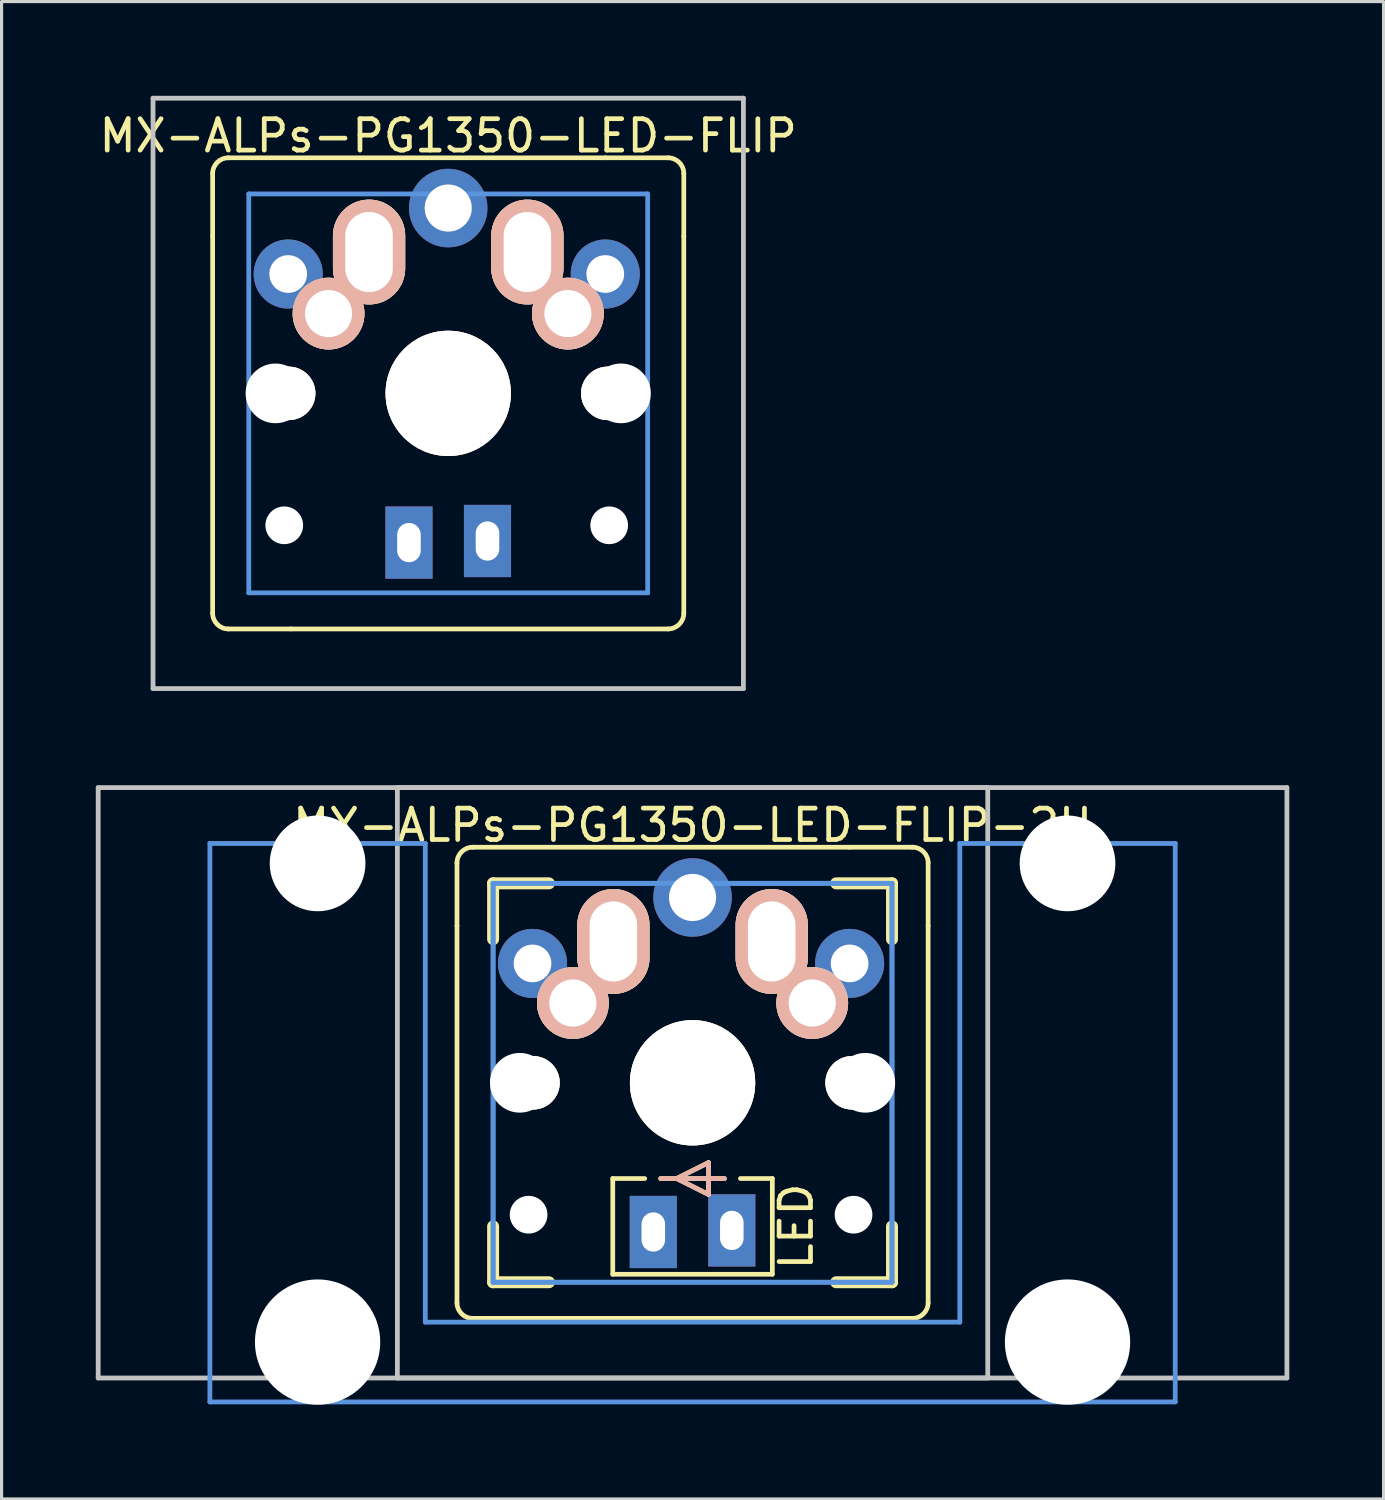
<source format=kicad_pcb>
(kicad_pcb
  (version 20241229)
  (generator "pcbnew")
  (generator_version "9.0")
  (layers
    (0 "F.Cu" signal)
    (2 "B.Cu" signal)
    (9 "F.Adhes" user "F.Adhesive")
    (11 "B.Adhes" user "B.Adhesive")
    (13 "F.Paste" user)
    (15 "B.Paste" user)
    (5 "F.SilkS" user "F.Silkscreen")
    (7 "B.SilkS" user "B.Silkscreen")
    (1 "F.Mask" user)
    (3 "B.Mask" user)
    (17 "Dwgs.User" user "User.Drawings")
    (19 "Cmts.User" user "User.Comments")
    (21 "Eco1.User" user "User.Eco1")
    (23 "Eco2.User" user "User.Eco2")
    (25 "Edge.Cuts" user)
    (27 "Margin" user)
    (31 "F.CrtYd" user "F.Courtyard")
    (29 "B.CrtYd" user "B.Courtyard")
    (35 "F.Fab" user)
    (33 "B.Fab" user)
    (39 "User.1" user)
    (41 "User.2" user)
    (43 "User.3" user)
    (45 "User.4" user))
  (footprint "MX-ALPs-PG1350-LED-FLIP-2U"
    (layer "F.Cu")
    (at 18.999 31.423)
    (property "Reference" "MX-ALPs-PG1350-LED-FLIP-2U" (at 0 -8.2 0) (layer "F.SilkS") (effects (font (size 1 1) (thickness 0.15))))
    (attr through_hole)
    (fp_line (start -7.5 -7) (end -7.5 -5) (stroke (width 0.15) (type solid)) (layer "F.SilkS"))
    (fp_line (start -7.5 7) (end -7.5 -5) (stroke (width 0.15) (type solid)) (layer "F.SilkS"))
    (fp_line (start -7 -7.5) (end 5 -7.5) (stroke (width 0.15) (type solid)) (layer "F.SilkS"))
    (fp_line (start -7 7.5) (end -5 7.5) (stroke (width 0.15) (type solid)) (layer "F.SilkS"))
    (fp_line (start -6.35 -6.35) (end -4.572 -6.35) (stroke (width 0.381) (type solid)) (layer "F.SilkS"))
    (fp_line (start -6.35 -4.572) (end -6.35 -6.35) (stroke (width 0.381) (type solid)) (layer "F.SilkS"))
    (fp_line (start -6.35 6.35) (end -6.35 4.572) (stroke (width 0.381) (type solid)) (layer "F.SilkS"))
    (fp_line (start -4.572 6.35) (end -6.35 6.35) (stroke (width 0.381) (type solid)) (layer "F.SilkS"))
    (fp_line (start -2.54 3.048) (end -2.54 6.096) (stroke (width 0.15) (type solid)) (layer "F.SilkS"))
    (fp_line (start -2.54 3.048) (end -1.524 3.048) (stroke (width 0.15) (type solid)) (layer "F.SilkS"))
    (fp_line (start -2.54 6.096) (end 2.54 6.096) (stroke (width 0.15) (type solid)) (layer "F.SilkS"))
    (fp_line (start -1.016 3.048) (end 1.016 3.048) (stroke (width 0.15) (type solid)) (layer "F.SilkS"))
    (fp_line (start -0.508 3.048) (end 0.508 2.54) (stroke (width 0.15) (type solid)) (layer "F.SilkS"))
    (fp_line (start 0.508 2.54) (end 0.508 3.556) (stroke (width 0.15) (type solid)) (layer "F.SilkS"))
    (fp_line (start 0.508 3.556) (end -0.508 3.048) (stroke (width 0.15) (type solid)) (layer "F.SilkS"))
    (fp_line (start 1.524 3.048) (end 2.54 3.048) (stroke (width 0.15) (type solid)) (layer "F.SilkS"))
    (fp_line (start 2.54 3.048) (end 2.54 6.096) (stroke (width 0.15) (type solid)) (layer "F.SilkS"))
    (fp_line (start 4.572 -6.35) (end 6.35 -6.35) (stroke (width 0.381) (type solid)) (layer "F.SilkS"))
    (fp_line (start 6.35 -6.35) (end 6.35 -4.572) (stroke (width 0.381) (type solid)) (layer "F.SilkS"))
    (fp_line (start 6.35 4.572) (end 6.35 6.35) (stroke (width 0.381) (type solid)) (layer "F.SilkS"))
    (fp_line (start 6.35 6.35) (end 4.572 6.35) (stroke (width 0.381) (type solid)) (layer "F.SilkS"))
    (fp_line (start 7 -7.5) (end 5 -7.5) (stroke (width 0.15) (type solid)) (layer "F.SilkS"))
    (fp_line (start 7 7.5) (end -5 7.5) (stroke (width 0.15) (type solid)) (layer "F.SilkS"))
    (fp_line (start 7.5 -7) (end 7.5 -5) (stroke (width 0.15) (type solid)) (layer "F.SilkS"))
    (fp_line (start 7.5 7) (end 7.5 -5) (stroke (width 0.15) (type solid)) (layer "F.SilkS"))
    (fp_arc (start -7.5 -7) (mid -7.353553 -7.353553) (end -7 -7.5) (stroke (width 0.15) (type solid)) (layer "F.SilkS"))
    (fp_arc (start -7 7.5) (mid -7.353553 7.353553) (end -7.5 7) (stroke (width 0.15) (type solid)) (layer "F.SilkS"))
    (fp_arc (start 7 -7.5) (mid 7.353553 -7.353553) (end 7.5 -7) (stroke (width 0.15) (type solid)) (layer "F.SilkS"))
    (fp_arc (start 7.5 7) (mid 7.353553 7.353553) (end 7 7.5) (stroke (width 0.15) (type solid)) (layer "F.SilkS"))
    (fp_line (start -1.016 3.048) (end 1.016 3.048) (stroke (width 0.15) (type solid)) (layer "B.SilkS"))
    (fp_line (start -0.508 3.048) (end 0.508 2.54) (stroke (width 0.15) (type solid)) (layer "B.SilkS"))
    (fp_line (start 0.508 2.54) (end 0.508 3.556) (stroke (width 0.15) (type solid)) (layer "B.SilkS"))
    (fp_line (start 0.508 3.556) (end -0.508 3.048) (stroke (width 0.15) (type solid)) (layer "B.SilkS"))
    (fp_line (start -18.923 -9.398) (end 18.923 -9.398) (stroke (width 0.152) (type solid)) (layer "Dwgs.User"))
    (fp_line (start -18.923 9.398) (end -18.923 -9.398) (stroke (width 0.152) (type solid)) (layer "Dwgs.User"))
    (fp_line (start -9.398 -9.398) (end 9.398 -9.398) (stroke (width 0.152) (type solid)) (layer "Dwgs.User"))
    (fp_line (start -9.398 9.398) (end -9.398 -9.398) (stroke (width 0.152) (type solid)) (layer "Dwgs.User"))
    (fp_line (start 9.398 -9.398) (end 9.398 9.398) (stroke (width 0.152) (type solid)) (layer "Dwgs.User"))
    (fp_line (start 9.398 9.398) (end -9.398 9.398) (stroke (width 0.152) (type solid)) (layer "Dwgs.User"))
    (fp_line (start 18.923 -9.398) (end 18.923 9.398) (stroke (width 0.152) (type solid)) (layer "Dwgs.User"))
    (fp_line (start 18.923 9.398) (end -18.923 9.398) (stroke (width 0.152) (type solid)) (layer "Dwgs.User"))
    (fp_line (start -15.367 -7.62) (end -15.367 10.16) (stroke (width 0.152) (type solid)) (layer "Cmts.User"))
    (fp_line (start -15.367 10.16) (end 15.367 10.16) (stroke (width 0.152) (type solid)) (layer "Cmts.User"))
    (fp_line (start -8.509 -7.62) (end -15.367 -7.62) (stroke (width 0.152) (type solid)) (layer "Cmts.User"))
    (fp_line (start -8.509 7.62) (end -8.509 -7.62) (stroke (width 0.152) (type solid)) (layer "Cmts.User"))
    (fp_line (start -6.35 -6.35) (end 6.35 -6.35) (stroke (width 0.152) (type solid)) (layer "Cmts.User"))
    (fp_line (start -6.35 -6.35) (end 6.35 -6.35) (stroke (width 0.152) (type solid)) (layer "Cmts.User"))
    (fp_line (start -6.35 6.35) (end -6.35 -6.35) (stroke (width 0.152) (type solid)) (layer "Cmts.User"))
    (fp_line (start -6.35 6.35) (end -6.35 -6.35) (stroke (width 0.152) (type solid)) (layer "Cmts.User"))
    (fp_line (start 6.35 -6.35) (end 6.35 6.35) (stroke (width 0.152) (type solid)) (layer "Cmts.User"))
    (fp_line (start 6.35 -6.35) (end 6.35 6.35) (stroke (width 0.152) (type solid)) (layer "Cmts.User"))
    (fp_line (start 6.35 6.35) (end -6.35 6.35) (stroke (width 0.152) (type solid)) (layer "Cmts.User"))
    (fp_line (start 6.35 6.35) (end -6.35 6.35) (stroke (width 0.152) (type solid)) (layer "Cmts.User"))
    (fp_line (start 8.509 -7.62) (end 8.509 7.62) (stroke (width 0.152) (type solid)) (layer "Cmts.User"))
    (fp_line (start 8.509 7.62) (end -8.509 7.62) (stroke (width 0.152) (type solid)) (layer "Cmts.User"))
    (fp_line (start 15.367 -7.62) (end 8.509 -7.62) (stroke (width 0.152) (type solid)) (layer "Cmts.User"))
    (fp_line (start 15.367 10.16) (end 15.367 -7.62) (stroke (width 0.152) (type solid)) (layer "Cmts.User"))
    (fp_line (start -16.129 -2.286) (end -15.265 -2.286) (stroke (width 0.152) (type solid)) (layer "Eco2.User"))
    (fp_line (start -16.129 0.508) (end -16.129 -2.286) (stroke (width 0.152) (type solid)) (layer "Eco2.User"))
    (fp_line (start -15.265 -5.69) (end -8.611 -5.69) (stroke (width 0.152) (type solid)) (layer "Eco2.User"))
    (fp_line (start -15.265 -2.286) (end -15.265 -5.69) (stroke (width 0.152) (type solid)) (layer "Eco2.User"))
    (fp_line (start -15.265 0.508) (end -16.129 0.508) (stroke (width 0.152) (type solid)) (layer "Eco2.User"))
    (fp_line (start -15.265 6.604) (end -15.265 0.508) (stroke (width 0.152) (type solid)) (layer "Eco2.User"))
    (fp_line (start -14.224 6.604) (end -15.265 6.604) (stroke (width 0.152) (type solid)) (layer "Eco2.User"))
    (fp_line (start -14.224 7.772) (end -14.224 6.604) (stroke (width 0.152) (type solid)) (layer "Eco2.User"))
    (fp_line (start -9.652 6.604) (end -9.652 7.772) (stroke (width 0.152) (type solid)) (layer "Eco2.User"))
    (fp_line (start -9.652 7.772) (end -14.224 7.772) (stroke (width 0.152) (type solid)) (layer "Eco2.User"))
    (fp_line (start -8.611 -5.69) (end -8.611 -4.877) (stroke (width 0.152) (type solid)) (layer "Eco2.User"))
    (fp_line (start -8.611 -4.877) (end -6.985 -4.877) (stroke (width 0.152) (type solid)) (layer "Eco2.User"))
    (fp_line (start -8.611 5.817) (end -8.611 6.604) (stroke (width 0.152) (type solid)) (layer "Eco2.User"))
    (fp_line (start -8.611 6.604) (end -9.652 6.604) (stroke (width 0.152) (type solid)) (layer "Eco2.User"))
    (fp_line (start -7.798 -6.005) (end -6.985 -6.005) (stroke (width 0.152) (type solid)) (layer "Eco2.User"))
    (fp_line (start -7.798 -2.504) (end -7.798 -6.005) (stroke (width 0.152) (type solid)) (layer "Eco2.User"))
    (fp_line (start -7.798 2.504) (end -6.985 2.504) (stroke (width 0.152) (type solid)) (layer "Eco2.User"))
    (fp_line (start -7.798 6.005) (end -7.798 2.504) (stroke (width 0.152) (type solid)) (layer "Eco2.User"))
    (fp_line (start -6.985 -6.985) (end 6.985 -6.985) (stroke (width 0.152) (type solid)) (layer "Eco2.User"))
    (fp_line (start -6.985 -6.985) (end 6.985 -6.985) (stroke (width 0.152) (type solid)) (layer "Eco2.User"))
    (fp_line (start -6.985 -6.005) (end -6.985 -6.985) (stroke (width 0.152) (type solid)) (layer "Eco2.User"))
    (fp_line (start -6.985 -4.877) (end -6.985 -6.985) (stroke (width 0.152) (type solid)) (layer "Eco2.User"))
    (fp_line (start -6.985 -2.504) (end -7.798 -2.504) (stroke (width 0.152) (type solid)) (layer "Eco2.User"))
    (fp_line (start -6.985 2.504) (end -6.985 -2.504) (stroke (width 0.152) (type solid)) (layer "Eco2.User"))
    (fp_line (start -6.985 5.817) (end -8.611 5.817) (stroke (width 0.152) (type solid)) (layer "Eco2.User"))
    (fp_line (start -6.985 6.005) (end -7.798 6.005) (stroke (width 0.152) (type solid)) (layer "Eco2.User"))
    (fp_line (start -6.985 6.985) (end -6.985 5.817) (stroke (width 0.152) (type solid)) (layer "Eco2.User"))
    (fp_line (start -6.985 6.985) (end -6.985 6.005) (stroke (width 0.152) (type solid)) (layer "Eco2.User"))
    (fp_line (start 6.985 -6.985) (end 6.985 -6.005) (stroke (width 0.152) (type solid)) (layer "Eco2.User"))
    (fp_line (start 6.985 -6.985) (end 6.985 -4.877) (stroke (width 0.152) (type solid)) (layer "Eco2.User"))
    (fp_line (start 6.985 -6.005) (end 7.798 -6.005) (stroke (width 0.152) (type solid)) (layer "Eco2.User"))
    (fp_line (start 6.985 -4.877) (end 8.611 -4.877) (stroke (width 0.152) (type solid)) (layer "Eco2.User"))
    (fp_line (start 6.985 -2.504) (end 6.985 2.504) (stroke (width 0.152) (type solid)) (layer "Eco2.User"))
    (fp_line (start 6.985 2.504) (end 7.798 2.504) (stroke (width 0.152) (type solid)) (layer "Eco2.User"))
    (fp_line (start 6.985 5.817) (end 6.985 6.985) (stroke (width 0.152) (type solid)) (layer "Eco2.User"))
    (fp_line (start 6.985 6.005) (end 6.985 6.985) (stroke (width 0.152) (type solid)) (layer "Eco2.User"))
    (fp_line (start 6.985 6.985) (end -6.985 6.985) (stroke (width 0.152) (type solid)) (layer "Eco2.User"))
    (fp_line (start 6.985 6.985) (end -6.985 6.985) (stroke (width 0.152) (type solid)) (layer "Eco2.User"))
    (fp_line (start 7.798 -6.005) (end 7.798 -2.504) (stroke (width 0.152) (type solid)) (layer "Eco2.User"))
    (fp_line (start 7.798 -2.504) (end 6.985 -2.504) (stroke (width 0.152) (type solid)) (layer "Eco2.User"))
    (fp_line (start 7.798 2.504) (end 7.798 6.005) (stroke (width 0.152) (type solid)) (layer "Eco2.User"))
    (fp_line (start 7.798 6.005) (end 6.985 6.005) (stroke (width 0.152) (type solid)) (layer "Eco2.User"))
    (fp_line (start 8.611 -5.69) (end 15.265 -5.69) (stroke (width 0.152) (type solid)) (layer "Eco2.User"))
    (fp_line (start 8.611 -4.877) (end 8.611 -5.69) (stroke (width 0.152) (type solid)) (layer "Eco2.User"))
    (fp_line (start 8.611 5.817) (end 6.985 5.817) (stroke (width 0.152) (type solid)) (layer "Eco2.User"))
    (fp_line (start 8.611 6.604) (end 8.611 5.817) (stroke (width 0.152) (type solid)) (layer "Eco2.User"))
    (fp_line (start 9.652 6.604) (end 8.611 6.604) (stroke (width 0.152) (type solid)) (layer "Eco2.User"))
    (fp_line (start 9.652 7.772) (end 9.652 6.604) (stroke (width 0.152) (type solid)) (layer "Eco2.User"))
    (fp_line (start 14.224 6.604) (end 14.224 7.772) (stroke (width 0.152) (type solid)) (layer "Eco2.User"))
    (fp_line (start 14.224 7.772) (end 9.652 7.772) (stroke (width 0.152) (type solid)) (layer "Eco2.User"))
    (fp_line (start 15.265 -5.69) (end 15.265 -2.286) (stroke (width 0.152) (type solid)) (layer "Eco2.User"))
    (fp_line (start 15.265 -2.286) (end 16.129 -2.286) (stroke (width 0.152) (type solid)) (layer "Eco2.User"))
    (fp_line (start 15.265 0.508) (end 15.265 6.604) (stroke (width 0.152) (type solid)) (layer "Eco2.User"))
    (fp_line (start 15.265 6.604) (end 14.224 6.604) (stroke (width 0.152) (type solid)) (layer "Eco2.User"))
    (fp_line (start 16.129 -2.286) (end 16.129 0.508) (stroke (width 0.152) (type solid)) (layer "Eco2.User"))
    (fp_line (start 16.129 0.508) (end 15.265 0.508) (stroke (width 0.152) (type solid)) (layer "Eco2.User"))
    (fp_text user "LED" (at 3.3 4.572 270) (layer "F.SilkS") (effects (font (size 1 1) (thickness 0.15))))
    (pad "" np_thru_hole circle (at -11.938 -6.985) (size 3.048 3.048) (drill 3.048) (layers "*.Cu"))
    (pad "" np_thru_hole circle (at -11.938 8.255) (size 3.988 3.988) (drill 3.988) (layers "*.Cu"))
    (pad "" np_thru_hole circle (at -5.5 0 270) (size 1.9 1.9) (drill 1.9) (layers "*.Cu" "*.Mask"))
    (pad "" np_thru_hole circle (at -5.22 4.2 270) (size 1.2 1.2) (drill 1.2) (layers "*.Cu" "*.Mask"))
    (pad "" np_thru_hole circle (at 0 0 270) (size 3.4 3.4) (drill 3.4) (layers "*.Cu" "*.Mask"))
    (pad "" np_thru_hole circle (at 5.125 4.2 270) (size 1.2 1.2) (drill 1.2) (layers "*.Cu" "*.Mask"))
    (pad "" np_thru_hole circle (at 5.5 0 270) (size 1.9 1.9) (drill 1.9) (layers "*.Cu" "*.Mask"))
    (pad "" np_thru_hole circle (at 11.938 -6.985) (size 3.048 3.048) (drill 3.048) (layers "*.Cu"))
    (pad "" np_thru_hole circle (at 11.938 8.255) (size 3.988 3.988) (drill 3.988) (layers "*.Cu"))
    (pad "1" thru_hole circle (at 0 -5.9 270) (size 2.5 2.5) (drill 1.5) (layers "*.Cu" "*.Mask"))
    (pad "1" thru_hole oval (at 2.52 -4.5) (size 2.3 3.337) (drill oval 1.513 2.55) (layers "*.Cu" "*.SilkS" "*.Mask"))
    (pad "1" thru_hole circle (at 3.81 -2.54) (size 2.286 2.286) (drill 1.499) (layers "*.Cu" "*.SilkS" "*.Mask"))
    (pad "1" thru_hole circle (at 5 -3.8 270) (size 2.2 2.2) (drill 1.2) (layers "*.Cu" "*.Mask"))
    (pad "2" thru_hole circle (at -5.095 -3.8 270) (size 2.2 2.2) (drill 1.2) (layers "*.Cu" "*.Mask"))
    (pad "2" thru_hole circle (at -3.81 -2.54) (size 2.286 2.286) (drill 1.499) (layers "*.Cu" "*.SilkS" "*.Mask"))
    (pad "2" thru_hole oval (at -2.52 -4.5) (size 2.3 3.337) (drill oval 1.513 2.55) (layers "*.Cu" "*.SilkS" "*.Mask"))
    (pad "3" thru_hole rect (at -1.25 4.75 270) (size 2.3 1.5) (drill oval 1.25 0.75) (layers "*.Cu" "*.Mask"))
    (pad "4" thru_hole rect (at 1.25 4.7 270) (size 2.3 1.5) (drill oval 1.25 0.75) (layers "*.Cu" "*.Mask"))
    (pad "HOLE" thru_hole circle (at -5.08 0) (size 1.702 1.702) (drill 1.702) (layers "*.Cu" "*.Mask" "F.SilkS"))
    (pad "HOLE" thru_hole circle (at 0 0) (size 3.988 3.988) (drill 3.988) (layers "*.Cu" "*.Mask" "F.SilkS"))
    (pad "HOLE" thru_hole circle (at 5.08 0) (size 1.702 1.702) (drill 1.702) (layers "*.Cu" "*.Mask" "F.SilkS")))
  (footprint "MX-ALPs-PG1350-LED-FLIP"
    (layer "F.Cu")
    (at 11.22 9.474)
    (property "Reference" "MX-ALPs-PG1350-LED-FLIP" (at 0 -8.2 0) (layer "F.SilkS") (effects (font (size 1 1) (thickness 0.15))))
    (attr through_hole)
    (fp_line (start -7.5 -7) (end -7.5 -5) (stroke (width 0.15) (type solid)) (layer "F.SilkS"))
    (fp_line (start -7.5 7) (end -7.5 -5) (stroke (width 0.15) (type solid)) (layer "F.SilkS"))
    (fp_line (start -7 -7.5) (end 5 -7.5) (stroke (width 0.15) (type solid)) (layer "F.SilkS"))
    (fp_line (start -7 7.5) (end -5 7.5) (stroke (width 0.15) (type solid)) (layer "F.SilkS"))
    (fp_line (start 7 -7.5) (end 5 -7.5) (stroke (width 0.15) (type solid)) (layer "F.SilkS"))
    (fp_line (start 7 7.5) (end -5 7.5) (stroke (width 0.15) (type solid)) (layer "F.SilkS"))
    (fp_line (start 7.5 -7) (end 7.5 -5) (stroke (width 0.15) (type solid)) (layer "F.SilkS"))
    (fp_line (start 7.5 7) (end 7.5 -5) (stroke (width 0.15) (type solid)) (layer "F.SilkS"))
    (fp_arc (start -7.5 -7) (mid -7.353553 -7.353553) (end -7 -7.5) (stroke (width 0.15) (type solid)) (layer "F.SilkS"))
    (fp_arc (start -7 7.5) (mid -7.353553 7.353553) (end -7.5 7) (stroke (width 0.15) (type solid)) (layer "F.SilkS"))
    (fp_arc (start 7 -7.5) (mid 7.353553 -7.353553) (end 7.5 -7) (stroke (width 0.15) (type solid)) (layer "F.SilkS"))
    (fp_arc (start 7.5 7) (mid 7.353553 7.353553) (end 7 7.5) (stroke (width 0.15) (type solid)) (layer "F.SilkS"))
    (fp_line (start -9.398 -9.398) (end 9.398 -9.398) (stroke (width 0.152) (type solid)) (layer "Dwgs.User"))
    (fp_line (start -9.398 9.398) (end -9.398 -9.398) (stroke (width 0.152) (type solid)) (layer "Dwgs.User"))
    (fp_line (start 9.398 -9.398) (end 9.398 9.398) (stroke (width 0.152) (type solid)) (layer "Dwgs.User"))
    (fp_line (start 9.398 9.398) (end -9.398 9.398) (stroke (width 0.152) (type solid)) (layer "Dwgs.User"))
    (fp_line (start -6.35 -6.35) (end 6.35 -6.35) (stroke (width 0.152) (type solid)) (layer "Cmts.User"))
    (fp_line (start -6.35 6.35) (end -6.35 -6.35) (stroke (width 0.152) (type solid)) (layer "Cmts.User"))
    (fp_line (start 6.35 -6.35) (end 6.35 6.35) (stroke (width 0.152) (type solid)) (layer "Cmts.User"))
    (fp_line (start 6.35 6.35) (end -6.35 6.35) (stroke (width 0.152) (type solid)) (layer "Cmts.User"))
    (fp_line (start -7.798 -6.005) (end -6.985 -6.005) (stroke (width 0.152) (type solid)) (layer "Eco2.User"))
    (fp_line (start -7.798 -2.504) (end -7.798 -6.005) (stroke (width 0.152) (type solid)) (layer "Eco2.User"))
    (fp_line (start -7.798 2.504) (end -6.985 2.504) (stroke (width 0.152) (type solid)) (layer "Eco2.User"))
    (fp_line (start -7.798 6.005) (end -7.798 2.504) (stroke (width 0.152) (type solid)) (layer "Eco2.User"))
    (fp_line (start -6.985 -6.985) (end 6.985 -6.985) (stroke (width 0.152) (type solid)) (layer "Eco2.User"))
    (fp_line (start -6.985 -6.005) (end -6.985 -6.985) (stroke (width 0.152) (type solid)) (layer "Eco2.User"))
    (fp_line (start -6.985 -2.504) (end -7.798 -2.504) (stroke (width 0.152) (type solid)) (layer "Eco2.User"))
    (fp_line (start -6.985 2.504) (end -6.985 -2.504) (stroke (width 0.152) (type solid)) (layer "Eco2.User"))
    (fp_line (start -6.985 6.005) (end -7.798 6.005) (stroke (width 0.152) (type solid)) (layer "Eco2.User"))
    (fp_line (start -6.985 6.985) (end -6.985 6.005) (stroke (width 0.152) (type solid)) (layer "Eco2.User"))
    (fp_line (start 6.985 -6.985) (end 6.985 -6.005) (stroke (width 0.152) (type solid)) (layer "Eco2.User"))
    (fp_line (start 6.985 -6.005) (end 7.798 -6.005) (stroke (width 0.152) (type solid)) (layer "Eco2.User"))
    (fp_line (start 6.985 -2.504) (end 6.985 2.504) (stroke (width 0.152) (type solid)) (layer "Eco2.User"))
    (fp_line (start 6.985 2.504) (end 7.798 2.504) (stroke (width 0.152) (type solid)) (layer "Eco2.User"))
    (fp_line (start 6.985 6.005) (end 6.985 6.985) (stroke (width 0.152) (type solid)) (layer "Eco2.User"))
    (fp_line (start 6.985 6.985) (end -6.985 6.985) (stroke (width 0.152) (type solid)) (layer "Eco2.User"))
    (fp_line (start 7.798 -6.005) (end 7.798 -2.504) (stroke (width 0.152) (type solid)) (layer "Eco2.User"))
    (fp_line (start 7.798 -2.504) (end 6.985 -2.504) (stroke (width 0.152) (type solid)) (layer "Eco2.User"))
    (fp_line (start 7.798 2.504) (end 7.798 6.005) (stroke (width 0.152) (type solid)) (layer "Eco2.User"))
    (fp_line (start 7.798 6.005) (end 6.985 6.005) (stroke (width 0.152) (type solid)) (layer "Eco2.User"))
    (pad "" np_thru_hole circle (at -5.5 0 270) (size 1.9 1.9) (drill 1.9) (layers "*.Cu" "*.Mask"))
    (pad "" np_thru_hole circle (at -5.22 4.2 270) (size 1.2 1.2) (drill 1.2) (layers "*.Cu" "*.Mask"))
    (pad "" np_thru_hole circle (at 0 0 270) (size 3.4 3.4) (drill 3.4) (layers "*.Cu" "*.Mask"))
    (pad "" np_thru_hole circle (at 5.125 4.2 270) (size 1.2 1.2) (drill 1.2) (layers "*.Cu" "*.Mask"))
    (pad "" np_thru_hole circle (at 5.5 0 270) (size 1.9 1.9) (drill 1.9) (layers "*.Cu" "*.Mask"))
    (pad "1" thru_hole circle (at 0 -5.9 270) (size 2.5 2.5) (drill 1.5) (layers "*.Cu" "*.Mask"))
    (pad "1" thru_hole oval (at 2.52 -4.5) (size 2.3 3.337) (drill oval 1.513 2.55) (layers "*.Cu" "*.SilkS" "*.Mask"))
    (pad "1" thru_hole circle (at 3.81 -2.54) (size 2.286 2.286) (drill 1.499) (layers "*.Cu" "*.SilkS" "*.Mask"))
    (pad "1" thru_hole circle (at 5 -3.8 270) (size 2.2 2.2) (drill 1.2) (layers "*.Cu" "*.Mask"))
    (pad "2" thru_hole circle (at -5.095 -3.8 270) (size 2.2 2.2) (drill 1.2) (layers "*.Cu" "*.Mask"))
    (pad "2" thru_hole circle (at -3.81 -2.54) (size 2.286 2.286) (drill 1.499) (layers "*.Cu" "*.SilkS" "*.Mask"))
    (pad "2" thru_hole oval (at -2.52 -4.5) (size 2.3 3.337) (drill oval 1.513 2.55) (layers "*.Cu" "*.SilkS" "*.Mask"))
    (pad "3" thru_hole rect (at -1.25 4.75 270) (size 2.3 1.5) (drill oval 1.25 0.75) (layers "*.Cu" "*.Mask"))
    (pad "4" thru_hole rect (at 1.25 4.7 270) (size 2.3 1.5) (drill oval 1.25 0.75) (layers "*.Cu" "*.Mask"))
    (pad "HOLE" thru_hole circle (at -5.08 0) (size 1.702 1.702) (drill 1.702) (layers "*.Cu" "*.Mask" "F.SilkS"))
    (pad "HOLE" thru_hole circle (at 0 0) (size 3.988 3.988) (drill 3.988) (layers "*.Cu" "*.Mask" "F.SilkS"))
    (pad "HOLE" thru_hole circle (at 5.08 0) (size 1.702 1.702) (drill 1.702) (layers "*.Cu" "*.Mask" "F.SilkS")))
  (gr_rect
    (start -3 -3)
    (end 40.998 44.672)
    (stroke (width 0.1) (type default))
    (fill no)
    (layer "Edge.Cuts")))
</source>
